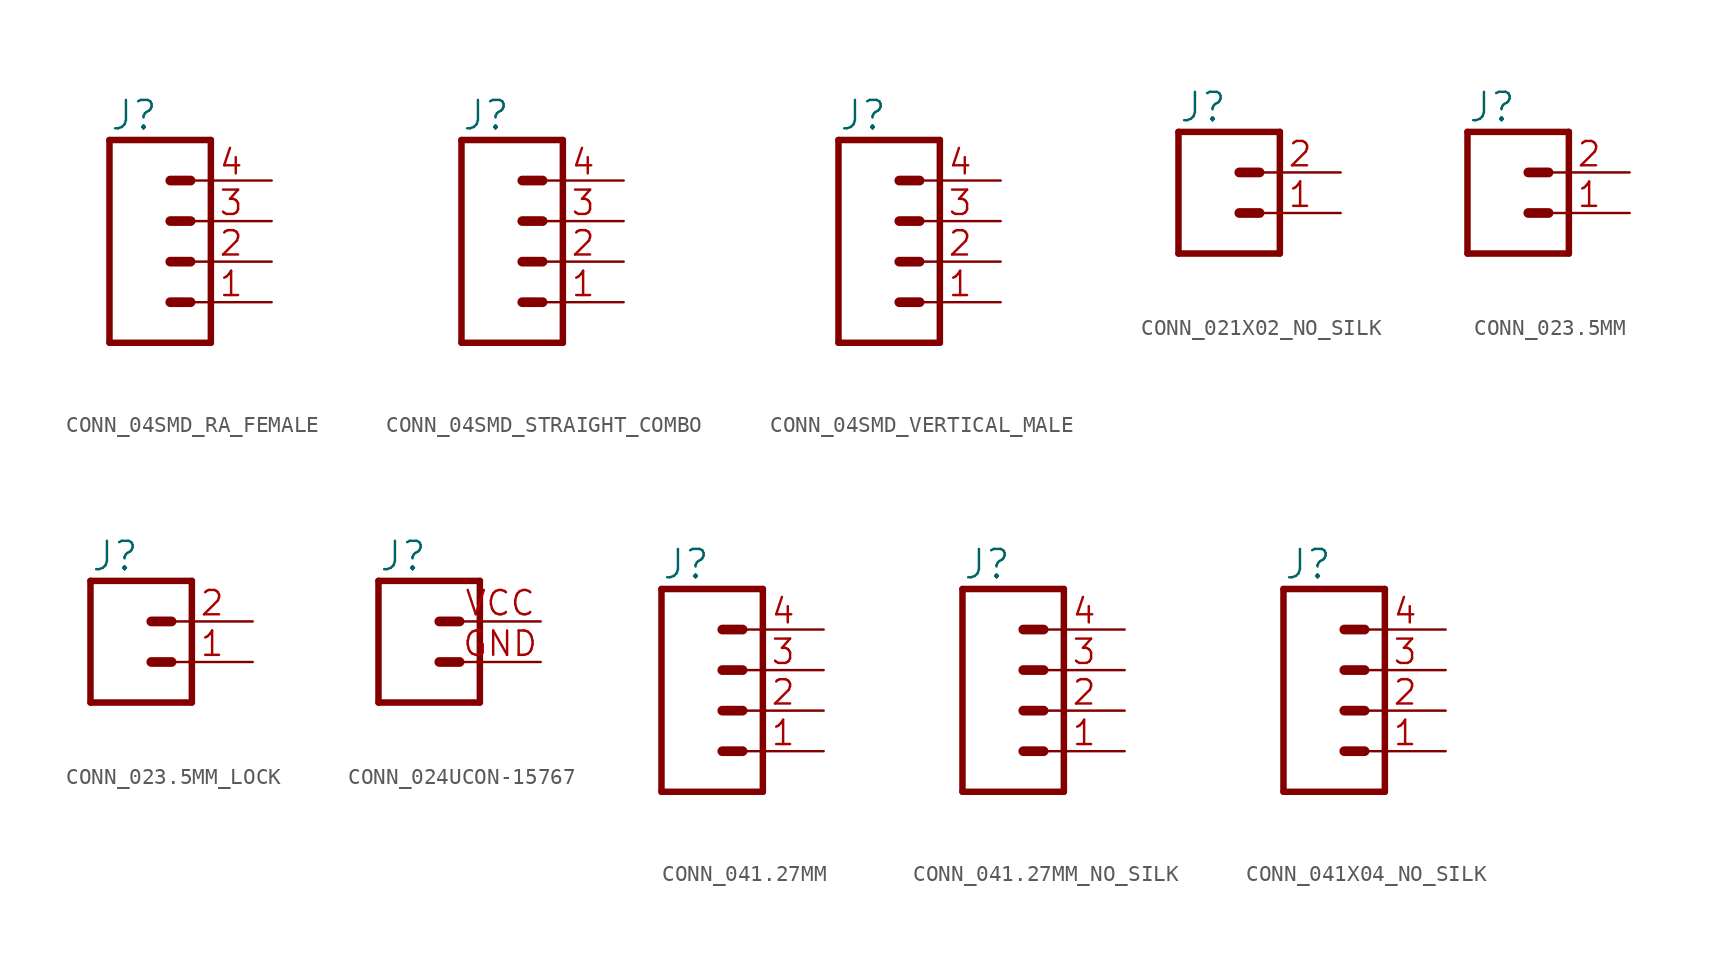
<source format=kicad_sym>
(kicad_symbol_lib
  (version 20241209)
  (generator "kicad_symbol_editor")
  (generator_version "9.0")
  (symbol "CONN_04SMD_RA_FEMALE"
    (property "Reference" "J"
      (at -5.08 8.128 0)
      (effects (font (size 1.778 1.778)) (justify left bottom)))
    (property "Value" ""
      (at -5.08 -7.366 0)
      (effects (font (size 1.778 1.778)) (justify left bottom)))
    (property "ki_locked" ""
      (at 0 0 0)
      (effects (font (size 1.27 1.27))))
    (symbol "CONN_04SMD_RA_FEMALE_1_0"
      (polyline (pts (xy -5.08 7.62) (xy -5.08 -5.08)) (stroke (width 0.406) (type solid)) (fill (type none)))
      (polyline (pts (xy -5.08 7.62) (xy 1.27 7.62)) (stroke (width 0.406) (type solid)) (fill (type none)))
      (polyline (pts (xy -1.27 5.08) (xy 0 5.08)) (stroke (width 0.61) (type solid)) (fill (type none)))
      (polyline (pts (xy -1.27 2.54) (xy 0 2.54)) (stroke (width 0.61) (type solid)) (fill (type none)))
      (polyline (pts (xy -1.27 0) (xy 0 0)) (stroke (width 0.61) (type solid)) (fill (type none)))
      (polyline (pts (xy -1.27 -2.54) (xy 0 -2.54)) (stroke (width 0.61) (type solid)) (fill (type none)))
      (polyline (pts (xy 1.27 -5.08) (xy -5.08 -5.08)) (stroke (width 0.406) (type solid)) (fill (type none)))
      (polyline (pts (xy 1.27 -5.08) (xy 1.27 7.62)) (stroke (width 0.406) (type solid)) (fill (type none)))
      (pin passive line (at 5.08 5.08 180) (length 5.08) (name "4" (effects (font (size 0 0)))) (number "4" (effects (font (size 1.524 1.524)))))
      (pin passive line (at 5.08 2.54 180) (length 5.08) (name "3" (effects (font (size 0 0)))) (number "3" (effects (font (size 1.524 1.524)))))
      (pin passive line (at 5.08 0 180) (length 5.08) (name "2" (effects (font (size 0 0)))) (number "2" (effects (font (size 1.524 1.524)))))
      (pin passive line (at 5.08 -2.54 180) (length 5.08) (name "1" (effects (font (size 0 0)))) (number "1" (effects (font (size 1.524 1.524)))))))
  (symbol "CONN_04SMD_STRAIGHT_COMBO"
    (property "Reference" "J"
      (at -5.08 8.128 0)
      (effects (font (size 1.778 1.778)) (justify left bottom)))
    (property "Value" ""
      (at -5.08 -7.366 0)
      (effects (font (size 1.778 1.778)) (justify left bottom)))
    (property "ki_locked" ""
      (at 0 0 0)
      (effects (font (size 1.27 1.27))))
    (symbol "CONN_04SMD_STRAIGHT_COMBO_1_0"
      (polyline (pts (xy -5.08 7.62) (xy -5.08 -5.08)) (stroke (width 0.406) (type solid)) (fill (type none)))
      (polyline (pts (xy -5.08 7.62) (xy 1.27 7.62)) (stroke (width 0.406) (type solid)) (fill (type none)))
      (polyline (pts (xy -1.27 5.08) (xy 0 5.08)) (stroke (width 0.61) (type solid)) (fill (type none)))
      (polyline (pts (xy -1.27 2.54) (xy 0 2.54)) (stroke (width 0.61) (type solid)) (fill (type none)))
      (polyline (pts (xy -1.27 0) (xy 0 0)) (stroke (width 0.61) (type solid)) (fill (type none)))
      (polyline (pts (xy -1.27 -2.54) (xy 0 -2.54)) (stroke (width 0.61) (type solid)) (fill (type none)))
      (polyline (pts (xy 1.27 -5.08) (xy -5.08 -5.08)) (stroke (width 0.406) (type solid)) (fill (type none)))
      (polyline (pts (xy 1.27 -5.08) (xy 1.27 7.62)) (stroke (width 0.406) (type solid)) (fill (type none)))
      (pin passive line (at 5.08 5.08 180) (length 5.08) (name "4" (effects (font (size 0 0)))) (number "4" (effects (font (size 1.524 1.524)))))
      (pin passive line (at 5.08 2.54 180) (length 5.08) (name "3" (effects (font (size 0 0)))) (number "3" (effects (font (size 1.524 1.524)))))
      (pin passive line (at 5.08 0 180) (length 5.08) (name "2" (effects (font (size 0 0)))) (number "2" (effects (font (size 1.524 1.524)))))
      (pin passive line (at 5.08 -2.54 180) (length 5.08) (name "1" (effects (font (size 0 0)))) (number "1" (effects (font (size 1.524 1.524)))))))
  (symbol "CONN_04SMD_VERTICAL_MALE"
    (property "Reference" "J"
      (at -5.08 8.128 0)
      (effects (font (size 1.778 1.778)) (justify left bottom)))
    (property "Value" ""
      (at -5.08 -7.366 0)
      (effects (font (size 1.778 1.778)) (justify left bottom)))
    (property "ki_locked" ""
      (at 0 0 0)
      (effects (font (size 1.27 1.27))))
    (symbol "CONN_04SMD_VERTICAL_MALE_1_0"
      (polyline (pts (xy -5.08 7.62) (xy -5.08 -5.08)) (stroke (width 0.406) (type solid)) (fill (type none)))
      (polyline (pts (xy -5.08 7.62) (xy 1.27 7.62)) (stroke (width 0.406) (type solid)) (fill (type none)))
      (polyline (pts (xy -1.27 5.08) (xy 0 5.08)) (stroke (width 0.61) (type solid)) (fill (type none)))
      (polyline (pts (xy -1.27 2.54) (xy 0 2.54)) (stroke (width 0.61) (type solid)) (fill (type none)))
      (polyline (pts (xy -1.27 0) (xy 0 0)) (stroke (width 0.61) (type solid)) (fill (type none)))
      (polyline (pts (xy -1.27 -2.54) (xy 0 -2.54)) (stroke (width 0.61) (type solid)) (fill (type none)))
      (polyline (pts (xy 1.27 -5.08) (xy -5.08 -5.08)) (stroke (width 0.406) (type solid)) (fill (type none)))
      (polyline (pts (xy 1.27 -5.08) (xy 1.27 7.62)) (stroke (width 0.406) (type solid)) (fill (type none)))
      (pin passive line (at 5.08 5.08 180) (length 5.08) (name "4" (effects (font (size 0 0)))) (number "4" (effects (font (size 1.524 1.524)))))
      (pin passive line (at 5.08 2.54 180) (length 5.08) (name "3" (effects (font (size 0 0)))) (number "3" (effects (font (size 1.524 1.524)))))
      (pin passive line (at 5.08 0 180) (length 5.08) (name "2" (effects (font (size 0 0)))) (number "2" (effects (font (size 1.524 1.524)))))
      (pin passive line (at 5.08 -2.54 180) (length 5.08) (name "1" (effects (font (size 0 0)))) (number "1" (effects (font (size 1.524 1.524)))))))
  (symbol "CONN_021X02_NO_SILK"
    (property "Reference" "J"
      (at -2.54 5.588 0)
      (effects (font (size 1.778 1.778)) (justify left bottom)))
    (property "Value" ""
      (at -2.54 -4.826 0)
      (effects (font (size 1.778 1.778)) (justify left bottom)))
    (property "ki_locked" ""
      (at 0 0 0)
      (effects (font (size 1.27 1.27))))
    (symbol "CONN_021X02_NO_SILK_1_0"
      (polyline (pts (xy -2.54 5.08) (xy -2.54 -2.54)) (stroke (width 0.406) (type solid)) (fill (type none)))
      (polyline (pts (xy -2.54 5.08) (xy 3.81 5.08)) (stroke (width 0.406) (type solid)) (fill (type none)))
      (polyline (pts (xy 1.27 2.54) (xy 2.54 2.54)) (stroke (width 0.61) (type solid)) (fill (type none)))
      (polyline (pts (xy 1.27 0) (xy 2.54 0)) (stroke (width 0.61) (type solid)) (fill (type none)))
      (polyline (pts (xy 3.81 -2.54) (xy -2.54 -2.54)) (stroke (width 0.406) (type solid)) (fill (type none)))
      (polyline (pts (xy 3.81 -2.54) (xy 3.81 5.08)) (stroke (width 0.406) (type solid)) (fill (type none)))
      (pin passive line (at 7.62 2.54 180) (length 5.08) (name "2" (effects (font (size 0 0)))) (number "2" (effects (font (size 1.524 1.524)))))
      (pin passive line (at 7.62 0 180) (length 5.08) (name "1" (effects (font (size 0 0)))) (number "1" (effects (font (size 1.524 1.524)))))))
  (symbol "CONN_023.5MM"
    (property "Reference" "J"
      (at -2.54 5.588 0)
      (effects (font (size 1.778 1.778)) (justify left bottom)))
    (property "Value" ""
      (at -2.54 -4.826 0)
      (effects (font (size 1.778 1.778)) (justify left bottom)))
    (property "ki_locked" ""
      (at 0 0 0)
      (effects (font (size 1.27 1.27))))
    (symbol "CONN_023.5MM_1_0"
      (polyline (pts (xy -2.54 5.08) (xy -2.54 -2.54)) (stroke (width 0.406) (type solid)) (fill (type none)))
      (polyline (pts (xy -2.54 5.08) (xy 3.81 5.08)) (stroke (width 0.406) (type solid)) (fill (type none)))
      (polyline (pts (xy 1.27 2.54) (xy 2.54 2.54)) (stroke (width 0.61) (type solid)) (fill (type none)))
      (polyline (pts (xy 1.27 0) (xy 2.54 0)) (stroke (width 0.61) (type solid)) (fill (type none)))
      (polyline (pts (xy 3.81 -2.54) (xy -2.54 -2.54)) (stroke (width 0.406) (type solid)) (fill (type none)))
      (polyline (pts (xy 3.81 -2.54) (xy 3.81 5.08)) (stroke (width 0.406) (type solid)) (fill (type none)))
      (pin passive line (at 7.62 2.54 180) (length 5.08) (name "2" (effects (font (size 0 0)))) (number "2" (effects (font (size 1.524 1.524)))))
      (pin passive line (at 7.62 0 180) (length 5.08) (name "1" (effects (font (size 0 0)))) (number "1" (effects (font (size 1.524 1.524)))))))
  (symbol "CONN_023.5MM_LOCK"
    (property "Reference" "J"
      (at -2.54 5.588 0)
      (effects (font (size 1.778 1.778)) (justify left bottom)))
    (property "Value" ""
      (at -2.54 -4.826 0)
      (effects (font (size 1.778 1.778)) (justify left bottom)))
    (property "ki_locked" ""
      (at 0 0 0)
      (effects (font (size 1.27 1.27))))
    (symbol "CONN_023.5MM_LOCK_1_0"
      (polyline (pts (xy -2.54 5.08) (xy -2.54 -2.54)) (stroke (width 0.406) (type solid)) (fill (type none)))
      (polyline (pts (xy -2.54 5.08) (xy 3.81 5.08)) (stroke (width 0.406) (type solid)) (fill (type none)))
      (polyline (pts (xy 1.27 2.54) (xy 2.54 2.54)) (stroke (width 0.61) (type solid)) (fill (type none)))
      (polyline (pts (xy 1.27 0) (xy 2.54 0)) (stroke (width 0.61) (type solid)) (fill (type none)))
      (polyline (pts (xy 3.81 -2.54) (xy -2.54 -2.54)) (stroke (width 0.406) (type solid)) (fill (type none)))
      (polyline (pts (xy 3.81 -2.54) (xy 3.81 5.08)) (stroke (width 0.406) (type solid)) (fill (type none)))
      (pin passive line (at 7.62 2.54 180) (length 5.08) (name "2" (effects (font (size 0 0)))) (number "2" (effects (font (size 1.524 1.524)))))
      (pin passive line (at 7.62 0 180) (length 5.08) (name "1" (effects (font (size 0 0)))) (number "1" (effects (font (size 1.524 1.524)))))))
  (symbol "CONN_024UCON-15767"
    (property "Reference" "J"
      (at -2.54 5.588 0)
      (effects (font (size 1.778 1.778)) (justify left bottom)))
    (property "Value" ""
      (at -2.54 -4.826 0)
      (effects (font (size 1.778 1.778)) (justify left bottom)))
    (property "ki_locked" ""
      (at 0 0 0)
      (effects (font (size 1.27 1.27))))
    (symbol "CONN_024UCON-15767_1_0"
      (polyline (pts (xy -2.54 5.08) (xy -2.54 -2.54)) (stroke (width 0.406) (type solid)) (fill (type none)))
      (polyline (pts (xy -2.54 5.08) (xy 3.81 5.08)) (stroke (width 0.406) (type solid)) (fill (type none)))
      (polyline (pts (xy 1.27 2.54) (xy 2.54 2.54)) (stroke (width 0.61) (type solid)) (fill (type none)))
      (polyline (pts (xy 1.27 0) (xy 2.54 0)) (stroke (width 0.61) (type solid)) (fill (type none)))
      (polyline (pts (xy 3.81 -2.54) (xy -2.54 -2.54)) (stroke (width 0.406) (type solid)) (fill (type none)))
      (polyline (pts (xy 3.81 -2.54) (xy 3.81 5.08)) (stroke (width 0.406) (type solid)) (fill (type none)))
      (pin passive line (at 7.62 2.54 180) (length 5.08) (name "2" (effects (font (size 0 0)))) (number "VCC" (effects (font (size 1.524 1.524)))))
      (pin passive line (at 7.62 0 180) (length 5.08) (name "1" (effects (font (size 0 0)))) (number "GND" (effects (font (size 1.524 1.524)))))))
  (symbol "CONN_041.27MM"
    (property "Reference" "J"
      (at -5.08 8.128 0)
      (effects (font (size 1.778 1.778)) (justify left bottom)))
    (property "Value" ""
      (at -5.08 -7.366 0)
      (effects (font (size 1.778 1.778)) (justify left bottom)))
    (property "ki_locked" ""
      (at 0 0 0)
      (effects (font (size 1.27 1.27))))
    (symbol "CONN_041.27MM_1_0"
      (polyline (pts (xy -5.08 7.62) (xy -5.08 -5.08)) (stroke (width 0.406) (type solid)) (fill (type none)))
      (polyline (pts (xy -5.08 7.62) (xy 1.27 7.62)) (stroke (width 0.406) (type solid)) (fill (type none)))
      (polyline (pts (xy -1.27 5.08) (xy 0 5.08)) (stroke (width 0.61) (type solid)) (fill (type none)))
      (polyline (pts (xy -1.27 2.54) (xy 0 2.54)) (stroke (width 0.61) (type solid)) (fill (type none)))
      (polyline (pts (xy -1.27 0) (xy 0 0)) (stroke (width 0.61) (type solid)) (fill (type none)))
      (polyline (pts (xy -1.27 -2.54) (xy 0 -2.54)) (stroke (width 0.61) (type solid)) (fill (type none)))
      (polyline (pts (xy 1.27 -5.08) (xy -5.08 -5.08)) (stroke (width 0.406) (type solid)) (fill (type none)))
      (polyline (pts (xy 1.27 -5.08) (xy 1.27 7.62)) (stroke (width 0.406) (type solid)) (fill (type none)))
      (pin passive line (at 5.08 5.08 180) (length 5.08) (name "4" (effects (font (size 0 0)))) (number "4" (effects (font (size 1.524 1.524)))))
      (pin passive line (at 5.08 2.54 180) (length 5.08) (name "3" (effects (font (size 0 0)))) (number "3" (effects (font (size 1.524 1.524)))))
      (pin passive line (at 5.08 0 180) (length 5.08) (name "2" (effects (font (size 0 0)))) (number "2" (effects (font (size 1.524 1.524)))))
      (pin passive line (at 5.08 -2.54 180) (length 5.08) (name "1" (effects (font (size 0 0)))) (number "1" (effects (font (size 1.524 1.524)))))))
  (symbol "CONN_041.27MM_NO_SILK"
    (property "Reference" "J"
      (at -5.08 8.128 0)
      (effects (font (size 1.778 1.778)) (justify left bottom)))
    (property "Value" ""
      (at -5.08 -7.366 0)
      (effects (font (size 1.778 1.778)) (justify left bottom)))
    (property "ki_locked" ""
      (at 0 0 0)
      (effects (font (size 1.27 1.27))))
    (symbol "CONN_041.27MM_NO_SILK_1_0"
      (polyline (pts (xy -5.08 7.62) (xy -5.08 -5.08)) (stroke (width 0.406) (type solid)) (fill (type none)))
      (polyline (pts (xy -5.08 7.62) (xy 1.27 7.62)) (stroke (width 0.406) (type solid)) (fill (type none)))
      (polyline (pts (xy -1.27 5.08) (xy 0 5.08)) (stroke (width 0.61) (type solid)) (fill (type none)))
      (polyline (pts (xy -1.27 2.54) (xy 0 2.54)) (stroke (width 0.61) (type solid)) (fill (type none)))
      (polyline (pts (xy -1.27 0) (xy 0 0)) (stroke (width 0.61) (type solid)) (fill (type none)))
      (polyline (pts (xy -1.27 -2.54) (xy 0 -2.54)) (stroke (width 0.61) (type solid)) (fill (type none)))
      (polyline (pts (xy 1.27 -5.08) (xy -5.08 -5.08)) (stroke (width 0.406) (type solid)) (fill (type none)))
      (polyline (pts (xy 1.27 -5.08) (xy 1.27 7.62)) (stroke (width 0.406) (type solid)) (fill (type none)))
      (pin passive line (at 5.08 5.08 180) (length 5.08) (name "4" (effects (font (size 0 0)))) (number "4" (effects (font (size 1.524 1.524)))))
      (pin passive line (at 5.08 2.54 180) (length 5.08) (name "3" (effects (font (size 0 0)))) (number "3" (effects (font (size 1.524 1.524)))))
      (pin passive line (at 5.08 0 180) (length 5.08) (name "2" (effects (font (size 0 0)))) (number "2" (effects (font (size 1.524 1.524)))))
      (pin passive line (at 5.08 -2.54 180) (length 5.08) (name "1" (effects (font (size 0 0)))) (number "1" (effects (font (size 1.524 1.524)))))))
  (symbol "CONN_041X04_NO_SILK"
    (property "Reference" "J"
      (at -5.08 8.128 0)
      (effects (font (size 1.778 1.778)) (justify left bottom)))
    (property "Value" ""
      (at -5.08 -7.366 0)
      (effects (font (size 1.778 1.778)) (justify left bottom)))
    (property "ki_locked" ""
      (at 0 0 0)
      (effects (font (size 1.27 1.27))))
    (symbol "CONN_041X04_NO_SILK_1_0"
      (polyline (pts (xy -5.08 7.62) (xy -5.08 -5.08)) (stroke (width 0.406) (type solid)) (fill (type none)))
      (polyline (pts (xy -5.08 7.62) (xy 1.27 7.62)) (stroke (width 0.406) (type solid)) (fill (type none)))
      (polyline (pts (xy -1.27 5.08) (xy 0 5.08)) (stroke (width 0.61) (type solid)) (fill (type none)))
      (polyline (pts (xy -1.27 2.54) (xy 0 2.54)) (stroke (width 0.61) (type solid)) (fill (type none)))
      (polyline (pts (xy -1.27 0) (xy 0 0)) (stroke (width 0.61) (type solid)) (fill (type none)))
      (polyline (pts (xy -1.27 -2.54) (xy 0 -2.54)) (stroke (width 0.61) (type solid)) (fill (type none)))
      (polyline (pts (xy 1.27 -5.08) (xy -5.08 -5.08)) (stroke (width 0.406) (type solid)) (fill (type none)))
      (polyline (pts (xy 1.27 -5.08) (xy 1.27 7.62)) (stroke (width 0.406) (type solid)) (fill (type none)))
      (pin passive line (at 5.08 5.08 180) (length 5.08) (name "4" (effects (font (size 0 0)))) (number "4" (effects (font (size 1.524 1.524)))))
      (pin passive line (at 5.08 2.54 180) (length 5.08) (name "3" (effects (font (size 0 0)))) (number "3" (effects (font (size 1.524 1.524)))))
      (pin passive line (at 5.08 0 180) (length 5.08) (name "2" (effects (font (size 0 0)))) (number "2" (effects (font (size 1.524 1.524)))))
      (pin passive line (at 5.08 -2.54 180) (length 5.08) (name "1" (effects (font (size 0 0)))) (number "1" (effects (font (size 1.524 1.524))))))))
</source>
